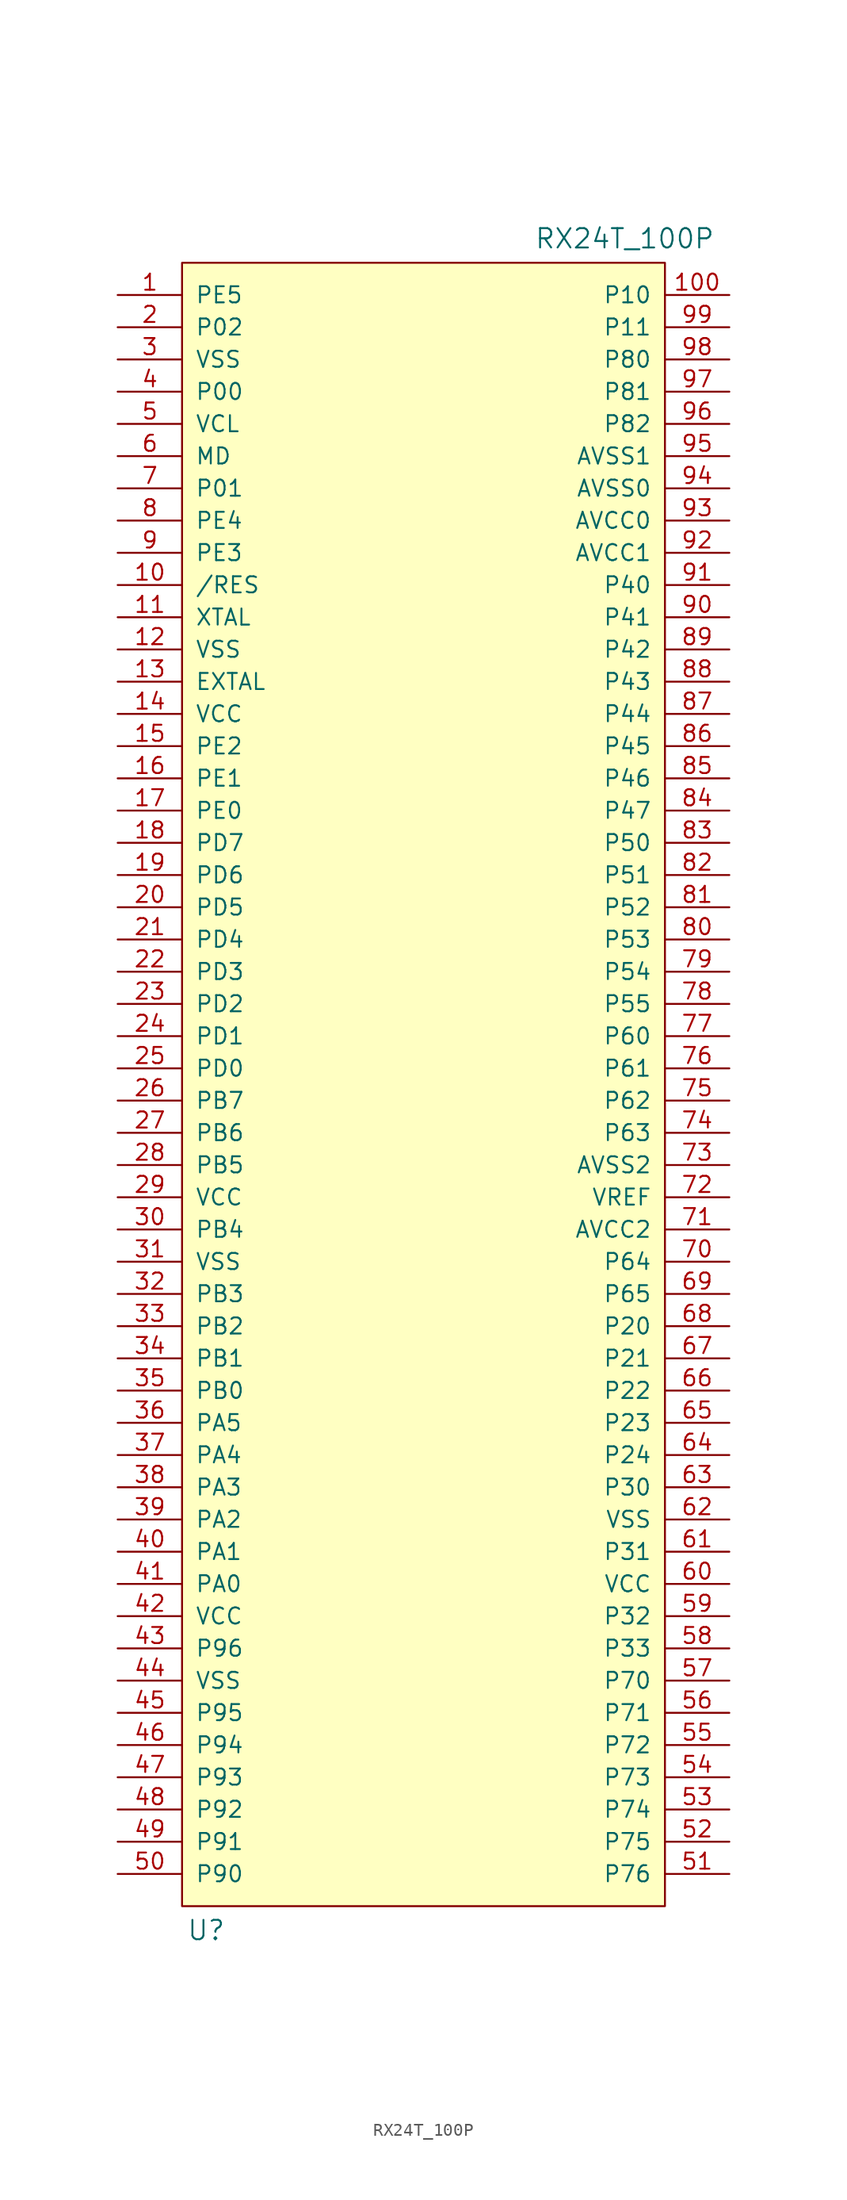
<source format=kicad_sym>
(kicad_symbol_lib
  (version 20211014)
  (generator kicad_symbol_editor)
  (symbol "RX24T_100P"
    (pin_names
      (offset 1.016))
    (property "Reference" "U"
      (at -17.145 -66.675 0)
      (effects (font (size 1.524 1.524))))
    (property "Value" "RX24T_100P"
      (at 15.875 66.675 0)
      (effects (font (size 1.524 1.524))))
    (property "Footprint" ""
      (at -17.145 -66.675 0)
      (effects (font (size 1.524 1.524))))
    (property "Datasheet" ""
      (at -17.145 -66.675 0)
      (effects (font (size 1.524 1.524))))
    (symbol "RX24T_100P_0_1"
      (rectangle (start -19.05 64.77) (end 19.05 -64.77) (stroke (width 0) (type default) (color 0 0 0 0)) (fill (type background))))
    (symbol "RX24T_100P_1_1"
      (pin bidirectional line (at -24.13 62.23 0) (length 5.08) (name "PE5" (effects (font (size 1.27 1.27)))) (number "1" (effects (font (size 1.27 1.27)))))
      (pin bidirectional line (at -24.13 39.37 0) (length 5.08) (name "/RES" (effects (font (size 1.27 1.27)))) (number "10" (effects (font (size 1.27 1.27)))))
      (pin bidirectional line (at 24.13 62.23 180) (length 5.08) (name "P10" (effects (font (size 1.27 1.27)))) (number "100" (effects (font (size 1.27 1.27)))))
      (pin bidirectional line (at -24.13 36.83 0) (length 5.08) (name "XTAL" (effects (font (size 1.27 1.27)))) (number "11" (effects (font (size 1.27 1.27)))))
      (pin bidirectional line (at -24.13 34.29 0) (length 5.08) (name "VSS" (effects (font (size 1.27 1.27)))) (number "12" (effects (font (size 1.27 1.27)))))
      (pin bidirectional line (at -24.13 31.75 0) (length 5.08) (name "EXTAL" (effects (font (size 1.27 1.27)))) (number "13" (effects (font (size 1.27 1.27)))))
      (pin bidirectional line (at -24.13 29.21 0) (length 5.08) (name "VCC" (effects (font (size 1.27 1.27)))) (number "14" (effects (font (size 1.27 1.27)))))
      (pin bidirectional line (at -24.13 26.67 0) (length 5.08) (name "PE2" (effects (font (size 1.27 1.27)))) (number "15" (effects (font (size 1.27 1.27)))))
      (pin bidirectional line (at -24.13 24.13 0) (length 5.08) (name "PE1" (effects (font (size 1.27 1.27)))) (number "16" (effects (font (size 1.27 1.27)))))
      (pin bidirectional line (at -24.13 21.59 0) (length 5.08) (name "PE0" (effects (font (size 1.27 1.27)))) (number "17" (effects (font (size 1.27 1.27)))))
      (pin bidirectional line (at -24.13 19.05 0) (length 5.08) (name "PD7" (effects (font (size 1.27 1.27)))) (number "18" (effects (font (size 1.27 1.27)))))
      (pin bidirectional line (at -24.13 16.51 0) (length 5.08) (name "PD6" (effects (font (size 1.27 1.27)))) (number "19" (effects (font (size 1.27 1.27)))))
      (pin bidirectional line (at -24.13 59.69 0) (length 5.08) (name "P02" (effects (font (size 1.27 1.27)))) (number "2" (effects (font (size 1.27 1.27)))))
      (pin bidirectional line (at -24.13 13.97 0) (length 5.08) (name "PD5" (effects (font (size 1.27 1.27)))) (number "20" (effects (font (size 1.27 1.27)))))
      (pin bidirectional line (at -24.13 11.43 0) (length 5.08) (name "PD4" (effects (font (size 1.27 1.27)))) (number "21" (effects (font (size 1.27 1.27)))))
      (pin bidirectional line (at -24.13 8.89 0) (length 5.08) (name "PD3" (effects (font (size 1.27 1.27)))) (number "22" (effects (font (size 1.27 1.27)))))
      (pin bidirectional line (at -24.13 6.35 0) (length 5.08) (name "PD2" (effects (font (size 1.27 1.27)))) (number "23" (effects (font (size 1.27 1.27)))))
      (pin bidirectional line (at -24.13 3.81 0) (length 5.08) (name "PD1" (effects (font (size 1.27 1.27)))) (number "24" (effects (font (size 1.27 1.27)))))
      (pin bidirectional line (at -24.13 1.27 0) (length 5.08) (name "PD0" (effects (font (size 1.27 1.27)))) (number "25" (effects (font (size 1.27 1.27)))))
      (pin bidirectional line (at -24.13 -1.27 0) (length 5.08) (name "PB7" (effects (font (size 1.27 1.27)))) (number "26" (effects (font (size 1.27 1.27)))))
      (pin bidirectional line (at -24.13 -3.81 0) (length 5.08) (name "PB6" (effects (font (size 1.27 1.27)))) (number "27" (effects (font (size 1.27 1.27)))))
      (pin bidirectional line (at -24.13 -6.35 0) (length 5.08) (name "PB5" (effects (font (size 1.27 1.27)))) (number "28" (effects (font (size 1.27 1.27)))))
      (pin bidirectional line (at -24.13 -8.89 0) (length 5.08) (name "VCC" (effects (font (size 1.27 1.27)))) (number "29" (effects (font (size 1.27 1.27)))))
      (pin bidirectional line (at -24.13 57.15 0) (length 5.08) (name "VSS" (effects (font (size 1.27 1.27)))) (number "3" (effects (font (size 1.27 1.27)))))
      (pin bidirectional line (at -24.13 -11.43 0) (length 5.08) (name "PB4" (effects (font (size 1.27 1.27)))) (number "30" (effects (font (size 1.27 1.27)))))
      (pin bidirectional line (at -24.13 -13.97 0) (length 5.08) (name "VSS" (effects (font (size 1.27 1.27)))) (number "31" (effects (font (size 1.27 1.27)))))
      (pin bidirectional line (at -24.13 -16.51 0) (length 5.08) (name "PB3" (effects (font (size 1.27 1.27)))) (number "32" (effects (font (size 1.27 1.27)))))
      (pin bidirectional line (at -24.13 -19.05 0) (length 5.08) (name "PB2" (effects (font (size 1.27 1.27)))) (number "33" (effects (font (size 1.27 1.27)))))
      (pin bidirectional line (at -24.13 -21.59 0) (length 5.08) (name "PB1" (effects (font (size 1.27 1.27)))) (number "34" (effects (font (size 1.27 1.27)))))
      (pin bidirectional line (at -24.13 -24.13 0) (length 5.08) (name "PB0" (effects (font (size 1.27 1.27)))) (number "35" (effects (font (size 1.27 1.27)))))
      (pin bidirectional line (at -24.13 -26.67 0) (length 5.08) (name "PA5" (effects (font (size 1.27 1.27)))) (number "36" (effects (font (size 1.27 1.27)))))
      (pin bidirectional line (at -24.13 -29.21 0) (length 5.08) (name "PA4" (effects (font (size 1.27 1.27)))) (number "37" (effects (font (size 1.27 1.27)))))
      (pin bidirectional line (at -24.13 -31.75 0) (length 5.08) (name "PA3" (effects (font (size 1.27 1.27)))) (number "38" (effects (font (size 1.27 1.27)))))
      (pin bidirectional line (at -24.13 -34.29 0) (length 5.08) (name "PA2" (effects (font (size 1.27 1.27)))) (number "39" (effects (font (size 1.27 1.27)))))
      (pin bidirectional line (at -24.13 54.61 0) (length 5.08) (name "P00" (effects (font (size 1.27 1.27)))) (number "4" (effects (font (size 1.27 1.27)))))
      (pin bidirectional line (at -24.13 -36.83 0) (length 5.08) (name "PA1" (effects (font (size 1.27 1.27)))) (number "40" (effects (font (size 1.27 1.27)))))
      (pin bidirectional line (at -24.13 -39.37 0) (length 5.08) (name "PA0" (effects (font (size 1.27 1.27)))) (number "41" (effects (font (size 1.27 1.27)))))
      (pin bidirectional line (at -24.13 -41.91 0) (length 5.08) (name "VCC" (effects (font (size 1.27 1.27)))) (number "42" (effects (font (size 1.27 1.27)))))
      (pin bidirectional line (at -24.13 -44.45 0) (length 5.08) (name "P96" (effects (font (size 1.27 1.27)))) (number "43" (effects (font (size 1.27 1.27)))))
      (pin bidirectional line (at -24.13 -46.99 0) (length 5.08) (name "VSS" (effects (font (size 1.27 1.27)))) (number "44" (effects (font (size 1.27 1.27)))))
      (pin bidirectional line (at -24.13 -49.53 0) (length 5.08) (name "P95" (effects (font (size 1.27 1.27)))) (number "45" (effects (font (size 1.27 1.27)))))
      (pin bidirectional line (at -24.13 -52.07 0) (length 5.08) (name "P94" (effects (font (size 1.27 1.27)))) (number "46" (effects (font (size 1.27 1.27)))))
      (pin bidirectional line (at -24.13 -54.61 0) (length 5.08) (name "P93" (effects (font (size 1.27 1.27)))) (number "47" (effects (font (size 1.27 1.27)))))
      (pin bidirectional line (at -24.13 -57.15 0) (length 5.08) (name "P92" (effects (font (size 1.27 1.27)))) (number "48" (effects (font (size 1.27 1.27)))))
      (pin bidirectional line (at -24.13 -59.69 0) (length 5.08) (name "P91" (effects (font (size 1.27 1.27)))) (number "49" (effects (font (size 1.27 1.27)))))
      (pin bidirectional line (at -24.13 52.07 0) (length 5.08) (name "VCL" (effects (font (size 1.27 1.27)))) (number "5" (effects (font (size 1.27 1.27)))))
      (pin bidirectional line (at -24.13 -62.23 0) (length 5.08) (name "P90" (effects (font (size 1.27 1.27)))) (number "50" (effects (font (size 1.27 1.27)))))
      (pin bidirectional line (at 24.13 -62.23 180) (length 5.08) (name "P76" (effects (font (size 1.27 1.27)))) (number "51" (effects (font (size 1.27 1.27)))))
      (pin bidirectional line (at 24.13 -59.69 180) (length 5.08) (name "P75" (effects (font (size 1.27 1.27)))) (number "52" (effects (font (size 1.27 1.27)))))
      (pin bidirectional line (at 24.13 -57.15 180) (length 5.08) (name "P74" (effects (font (size 1.27 1.27)))) (number "53" (effects (font (size 1.27 1.27)))))
      (pin bidirectional line (at 24.13 -54.61 180) (length 5.08) (name "P73" (effects (font (size 1.27 1.27)))) (number "54" (effects (font (size 1.27 1.27)))))
      (pin bidirectional line (at 24.13 -52.07 180) (length 5.08) (name "P72" (effects (font (size 1.27 1.27)))) (number "55" (effects (font (size 1.27 1.27)))))
      (pin bidirectional line (at 24.13 -49.53 180) (length 5.08) (name "P71" (effects (font (size 1.27 1.27)))) (number "56" (effects (font (size 1.27 1.27)))))
      (pin bidirectional line (at 24.13 -46.99 180) (length 5.08) (name "P70" (effects (font (size 1.27 1.27)))) (number "57" (effects (font (size 1.27 1.27)))))
      (pin bidirectional line (at 24.13 -44.45 180) (length 5.08) (name "P33" (effects (font (size 1.27 1.27)))) (number "58" (effects (font (size 1.27 1.27)))))
      (pin bidirectional line (at 24.13 -41.91 180) (length 5.08) (name "P32" (effects (font (size 1.27 1.27)))) (number "59" (effects (font (size 1.27 1.27)))))
      (pin bidirectional line (at -24.13 49.53 0) (length 5.08) (name "MD" (effects (font (size 1.27 1.27)))) (number "6" (effects (font (size 1.27 1.27)))))
      (pin bidirectional line (at 24.13 -39.37 180) (length 5.08) (name "VCC" (effects (font (size 1.27 1.27)))) (number "60" (effects (font (size 1.27 1.27)))))
      (pin bidirectional line (at 24.13 -36.83 180) (length 5.08) (name "P31" (effects (font (size 1.27 1.27)))) (number "61" (effects (font (size 1.27 1.27)))))
      (pin bidirectional line (at 24.13 -34.29 180) (length 5.08) (name "VSS" (effects (font (size 1.27 1.27)))) (number "62" (effects (font (size 1.27 1.27)))))
      (pin bidirectional line (at 24.13 -31.75 180) (length 5.08) (name "P30" (effects (font (size 1.27 1.27)))) (number "63" (effects (font (size 1.27 1.27)))))
      (pin bidirectional line (at 24.13 -29.21 180) (length 5.08) (name "P24" (effects (font (size 1.27 1.27)))) (number "64" (effects (font (size 1.27 1.27)))))
      (pin bidirectional line (at 24.13 -26.67 180) (length 5.08) (name "P23" (effects (font (size 1.27 1.27)))) (number "65" (effects (font (size 1.27 1.27)))))
      (pin bidirectional line (at 24.13 -24.13 180) (length 5.08) (name "P22" (effects (font (size 1.27 1.27)))) (number "66" (effects (font (size 1.27 1.27)))))
      (pin bidirectional line (at 24.13 -21.59 180) (length 5.08) (name "P21" (effects (font (size 1.27 1.27)))) (number "67" (effects (font (size 1.27 1.27)))))
      (pin bidirectional line (at 24.13 -19.05 180) (length 5.08) (name "P20" (effects (font (size 1.27 1.27)))) (number "68" (effects (font (size 1.27 1.27)))))
      (pin bidirectional line (at 24.13 -16.51 180) (length 5.08) (name "P65" (effects (font (size 1.27 1.27)))) (number "69" (effects (font (size 1.27 1.27)))))
      (pin bidirectional line (at -24.13 46.99 0) (length 5.08) (name "P01" (effects (font (size 1.27 1.27)))) (number "7" (effects (font (size 1.27 1.27)))))
      (pin bidirectional line (at 24.13 -13.97 180) (length 5.08) (name "P64" (effects (font (size 1.27 1.27)))) (number "70" (effects (font (size 1.27 1.27)))))
      (pin bidirectional line (at 24.13 -11.43 180) (length 5.08) (name "AVCC2" (effects (font (size 1.27 1.27)))) (number "71" (effects (font (size 1.27 1.27)))))
      (pin bidirectional line (at 24.13 -8.89 180) (length 5.08) (name "VREF" (effects (font (size 1.27 1.27)))) (number "72" (effects (font (size 1.27 1.27)))))
      (pin bidirectional line (at 24.13 -6.35 180) (length 5.08) (name "AVSS2" (effects (font (size 1.27 1.27)))) (number "73" (effects (font (size 1.27 1.27)))))
      (pin bidirectional line (at 24.13 -3.81 180) (length 5.08) (name "P63" (effects (font (size 1.27 1.27)))) (number "74" (effects (font (size 1.27 1.27)))))
      (pin bidirectional line (at 24.13 -1.27 180) (length 5.08) (name "P62" (effects (font (size 1.27 1.27)))) (number "75" (effects (font (size 1.27 1.27)))))
      (pin bidirectional line (at 24.13 1.27 180) (length 5.08) (name "P61" (effects (font (size 1.27 1.27)))) (number "76" (effects (font (size 1.27 1.27)))))
      (pin bidirectional line (at 24.13 3.81 180) (length 5.08) (name "P60" (effects (font (size 1.27 1.27)))) (number "77" (effects (font (size 1.27 1.27)))))
      (pin bidirectional line (at 24.13 6.35 180) (length 5.08) (name "P55" (effects (font (size 1.27 1.27)))) (number "78" (effects (font (size 1.27 1.27)))))
      (pin bidirectional line (at 24.13 8.89 180) (length 5.08) (name "P54" (effects (font (size 1.27 1.27)))) (number "79" (effects (font (size 1.27 1.27)))))
      (pin bidirectional line (at -24.13 44.45 0) (length 5.08) (name "PE4" (effects (font (size 1.27 1.27)))) (number "8" (effects (font (size 1.27 1.27)))))
      (pin bidirectional line (at 24.13 11.43 180) (length 5.08) (name "P53" (effects (font (size 1.27 1.27)))) (number "80" (effects (font (size 1.27 1.27)))))
      (pin bidirectional line (at 24.13 13.97 180) (length 5.08) (name "P52" (effects (font (size 1.27 1.27)))) (number "81" (effects (font (size 1.27 1.27)))))
      (pin bidirectional line (at 24.13 16.51 180) (length 5.08) (name "P51" (effects (font (size 1.27 1.27)))) (number "82" (effects (font (size 1.27 1.27)))))
      (pin bidirectional line (at 24.13 19.05 180) (length 5.08) (name "P50" (effects (font (size 1.27 1.27)))) (number "83" (effects (font (size 1.27 1.27)))))
      (pin bidirectional line (at 24.13 21.59 180) (length 5.08) (name "P47" (effects (font (size 1.27 1.27)))) (number "84" (effects (font (size 1.27 1.27)))))
      (pin bidirectional line (at 24.13 24.13 180) (length 5.08) (name "P46" (effects (font (size 1.27 1.27)))) (number "85" (effects (font (size 1.27 1.27)))))
      (pin bidirectional line (at 24.13 26.67 180) (length 5.08) (name "P45" (effects (font (size 1.27 1.27)))) (number "86" (effects (font (size 1.27 1.27)))))
      (pin bidirectional line (at 24.13 29.21 180) (length 5.08) (name "P44" (effects (font (size 1.27 1.27)))) (number "87" (effects (font (size 1.27 1.27)))))
      (pin bidirectional line (at 24.13 31.75 180) (length 5.08) (name "P43" (effects (font (size 1.27 1.27)))) (number "88" (effects (font (size 1.27 1.27)))))
      (pin bidirectional line (at 24.13 34.29 180) (length 5.08) (name "P42" (effects (font (size 1.27 1.27)))) (number "89" (effects (font (size 1.27 1.27)))))
      (pin bidirectional line (at -24.13 41.91 0) (length 5.08) (name "PE3" (effects (font (size 1.27 1.27)))) (number "9" (effects (font (size 1.27 1.27)))))
      (pin bidirectional line (at 24.13 36.83 180) (length 5.08) (name "P41" (effects (font (size 1.27 1.27)))) (number "90" (effects (font (size 1.27 1.27)))))
      (pin bidirectional line (at 24.13 39.37 180) (length 5.08) (name "P40" (effects (font (size 1.27 1.27)))) (number "91" (effects (font (size 1.27 1.27)))))
      (pin bidirectional line (at 24.13 41.91 180) (length 5.08) (name "AVCC1" (effects (font (size 1.27 1.27)))) (number "92" (effects (font (size 1.27 1.27)))))
      (pin bidirectional line (at 24.13 44.45 180) (length 5.08) (name "AVCC0" (effects (font (size 1.27 1.27)))) (number "93" (effects (font (size 1.27 1.27)))))
      (pin bidirectional line (at 24.13 46.99 180) (length 5.08) (name "AVSS0" (effects (font (size 1.27 1.27)))) (number "94" (effects (font (size 1.27 1.27)))))
      (pin bidirectional line (at 24.13 49.53 180) (length 5.08) (name "AVSS1" (effects (font (size 1.27 1.27)))) (number "95" (effects (font (size 1.27 1.27)))))
      (pin bidirectional line (at 24.13 52.07 180) (length 5.08) (name "P82" (effects (font (size 1.27 1.27)))) (number "96" (effects (font (size 1.27 1.27)))))
      (pin bidirectional line (at 24.13 54.61 180) (length 5.08) (name "P81" (effects (font (size 1.27 1.27)))) (number "97" (effects (font (size 1.27 1.27)))))
      (pin bidirectional line (at 24.13 57.15 180) (length 5.08) (name "P80" (effects (font (size 1.27 1.27)))) (number "98" (effects (font (size 1.27 1.27)))))
      (pin bidirectional line (at 24.13 59.69 180) (length 5.08) (name "P11" (effects (font (size 1.27 1.27)))) (number "99" (effects (font (size 1.27 1.27))))))))
</source>
